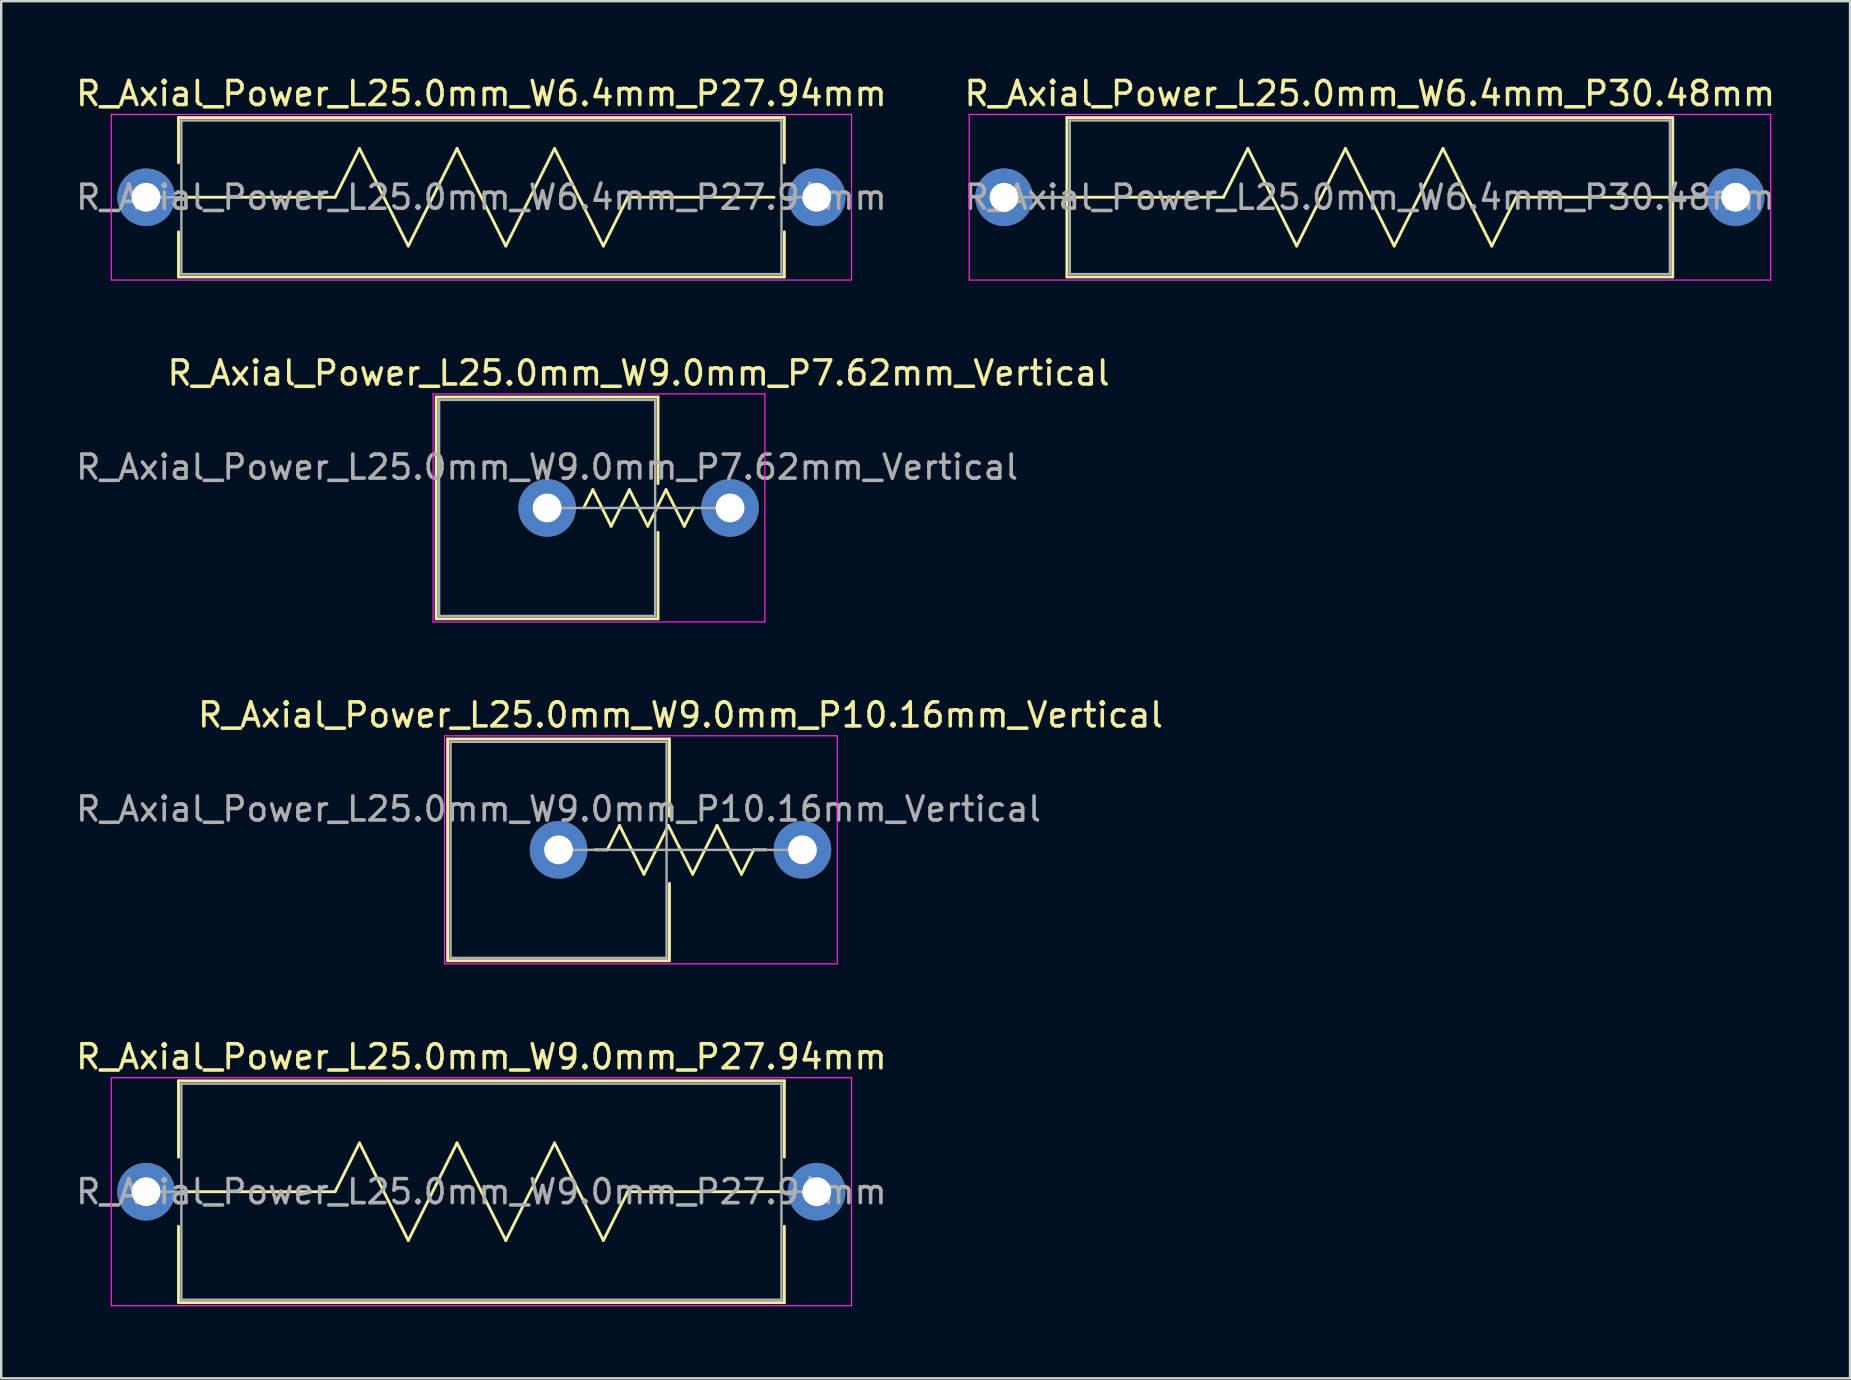
<source format=kicad_pcb>
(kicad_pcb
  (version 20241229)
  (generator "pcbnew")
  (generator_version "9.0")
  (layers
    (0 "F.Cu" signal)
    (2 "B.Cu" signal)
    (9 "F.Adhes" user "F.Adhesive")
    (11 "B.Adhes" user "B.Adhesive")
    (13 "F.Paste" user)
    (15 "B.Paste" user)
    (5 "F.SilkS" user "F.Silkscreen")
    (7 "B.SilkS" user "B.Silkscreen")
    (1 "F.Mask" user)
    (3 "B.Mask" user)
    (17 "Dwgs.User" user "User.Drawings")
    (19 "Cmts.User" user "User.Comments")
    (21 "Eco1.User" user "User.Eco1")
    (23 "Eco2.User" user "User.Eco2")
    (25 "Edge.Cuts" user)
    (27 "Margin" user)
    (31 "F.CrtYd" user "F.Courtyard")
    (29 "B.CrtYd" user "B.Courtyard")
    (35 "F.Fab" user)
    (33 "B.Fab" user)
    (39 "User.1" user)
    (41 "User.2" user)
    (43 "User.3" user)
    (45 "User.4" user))
  (footprint "R_Axial_Power_L25.0mm_W9.0mm_P7.62mm_Vertical"
    (layer "F.Cu")
    (at 19.744 18.111)
    (property "Reference" "R_Axial_Power_L25.0mm_W9.0mm_P7.62mm_Vertical" (at 3.81 -5.62 0) (layer "F.SilkS") (effects (font (size 1 1) (thickness 0.15))))
    (attr through_hole)
    (fp_line (start -4.62 -4.62) (end -4.62 4.62) (stroke (width 0.12) (type solid)) (layer "F.SilkS"))
    (fp_line (start -4.62 4.62) (end 4.62 4.62) (stroke (width 0.12) (type solid)) (layer "F.SilkS"))
    (fp_line (start 1.524 0) (end 1.905 -0.762) (stroke (width 0.12) (type solid)) (layer "F.SilkS"))
    (fp_line (start 1.905 -0.762) (end 2.667 0.762) (stroke (width 0.12) (type solid)) (layer "F.SilkS"))
    (fp_line (start 2.667 0.762) (end 3.429 -0.762) (stroke (width 0.12) (type solid)) (layer "F.SilkS"))
    (fp_line (start 3.429 -0.762) (end 4.191 0.762) (stroke (width 0.12) (type solid)) (layer "F.SilkS"))
    (fp_line (start 4.191 0.762) (end 4.953 -0.762) (stroke (width 0.12) (type solid)) (layer "F.SilkS"))
    (fp_line (start 4.62 -4.62) (end -4.62 -4.62) (stroke (width 0.12) (type solid)) (layer "F.SilkS"))
    (fp_line (start 4.62 -1.016) (end 4.62 -4.62) (stroke (width 0.12) (type solid)) (layer "F.SilkS"))
    (fp_line (start 4.62 4.62) (end 4.62 1.016) (stroke (width 0.12) (type solid)) (layer "F.SilkS"))
    (fp_line (start 4.953 -0.762) (end 5.715 0.762) (stroke (width 0.12) (type solid)) (layer "F.SilkS"))
    (fp_line (start 5.715 0.762) (end 6.096 0) (stroke (width 0.12) (type solid)) (layer "F.SilkS"))
    (fp_line (start -4.75 -4.75) (end -4.75 4.75) (stroke (width 0.05) (type solid)) (layer "F.CrtYd"))
    (fp_line (start -4.75 4.75) (end 9.07 4.75) (stroke (width 0.05) (type solid)) (layer "F.CrtYd"))
    (fp_line (start 9.07 -4.75) (end -4.75 -4.75) (stroke (width 0.05) (type solid)) (layer "F.CrtYd"))
    (fp_line (start 9.07 4.75) (end 9.07 -4.75) (stroke (width 0.05) (type solid)) (layer "F.CrtYd"))
    (fp_line (start -4.5 -4.5) (end -4.5 4.5) (stroke (width 0.1) (type solid)) (layer "F.Fab"))
    (fp_line (start -4.5 4.5) (end 4.5 4.5) (stroke (width 0.1) (type solid)) (layer "F.Fab"))
    (fp_line (start 0 0) (end 7.62 0) (stroke (width 0.1) (type solid)) (layer "F.Fab"))
    (fp_line (start 4.5 -4.5) (end -4.5 -4.5) (stroke (width 0.1) (type solid)) (layer "F.Fab"))
    (fp_line (start 4.5 4.5) (end 4.5 -4.5) (stroke (width 0.1) (type solid)) (layer "F.Fab"))
    (fp_text user "${REFERENCE}" (at 0 -1.7 0) (layer "F.Fab") (effects (font (size 1 1) (thickness 0.15))))
    (pad "1" thru_hole circle (at 0 0) (size 2.4 2.4) (drill 1.2) (layers "*.Cu" "*.Mask"))
    (pad "2" thru_hole oval (at 7.62 0) (size 2.4 2.4) (drill 1.2) (layers "*.Cu" "*.Mask")))
  (footprint "R_Axial_Power_L25.0mm_W9.0mm_P10.16mm_Vertical"
    (layer "F.Cu")
    (at 20.22 32.355)
    (property "Reference" "R_Axial_Power_L25.0mm_W9.0mm_P10.16mm_Vertical" (at 5.08 -5.62 0) (layer "F.SilkS") (effects (font (size 1 1) (thickness 0.15))))
    (attr through_hole)
    (fp_line (start -4.62 -4.62) (end -4.62 4.62) (stroke (width 0.12) (type solid)) (layer "F.SilkS"))
    (fp_line (start -4.62 4.62) (end 4.62 4.62) (stroke (width 0.12) (type solid)) (layer "F.SilkS"))
    (fp_line (start 2.032 0) (end 1.524 0) (stroke (width 0.12) (type solid)) (layer "F.SilkS"))
    (fp_line (start 2.032 0) (end 2.54 -1.016) (stroke (width 0.12) (type solid)) (layer "F.SilkS"))
    (fp_line (start 2.54 -1.016) (end 3.556 1.016) (stroke (width 0.12) (type solid)) (layer "F.SilkS"))
    (fp_line (start 3.556 1.016) (end 4.572 -1.016) (stroke (width 0.12) (type solid)) (layer "F.SilkS"))
    (fp_line (start 4.572 -1.016) (end 5.588 1.016) (stroke (width 0.12) (type solid)) (layer "F.SilkS"))
    (fp_line (start 4.62 -4.62) (end -4.62 -4.62) (stroke (width 0.12) (type solid)) (layer "F.SilkS"))
    (fp_line (start 4.62 -1.397) (end 4.62 -4.62) (stroke (width 0.12) (type solid)) (layer "F.SilkS"))
    (fp_line (start 4.62 1.397) (end 4.62 4.62) (stroke (width 0.12) (type solid)) (layer "F.SilkS"))
    (fp_line (start 5.588 1.016) (end 6.604 -1.016) (stroke (width 0.12) (type solid)) (layer "F.SilkS"))
    (fp_line (start 6.604 -1.016) (end 7.62 1.016) (stroke (width 0.12) (type solid)) (layer "F.SilkS"))
    (fp_line (start 7.62 1.016) (end 8.128 0) (stroke (width 0.12) (type solid)) (layer "F.SilkS"))
    (fp_line (start 8.128 0) (end 8.636 0) (stroke (width 0.12) (type solid)) (layer "F.SilkS"))
    (fp_line (start -4.75 -4.75) (end -4.75 4.75) (stroke (width 0.05) (type solid)) (layer "F.CrtYd"))
    (fp_line (start -4.75 4.75) (end 11.61 4.75) (stroke (width 0.05) (type solid)) (layer "F.CrtYd"))
    (fp_line (start 11.61 -4.75) (end -4.75 -4.75) (stroke (width 0.05) (type solid)) (layer "F.CrtYd"))
    (fp_line (start 11.61 4.75) (end 11.61 -4.75) (stroke (width 0.05) (type solid)) (layer "F.CrtYd"))
    (fp_line (start -4.5 -4.5) (end -4.5 4.5) (stroke (width 0.1) (type solid)) (layer "F.Fab"))
    (fp_line (start -4.5 4.5) (end 4.5 4.5) (stroke (width 0.1) (type solid)) (layer "F.Fab"))
    (fp_line (start 0 0) (end 10.16 0) (stroke (width 0.1) (type solid)) (layer "F.Fab"))
    (fp_line (start 4.5 -4.5) (end -4.5 -4.5) (stroke (width 0.1) (type solid)) (layer "F.Fab"))
    (fp_line (start 4.5 4.5) (end 4.5 -4.5) (stroke (width 0.1) (type solid)) (layer "F.Fab"))
    (fp_text user "${REFERENCE}" (at 0 -1.7 0) (layer "F.Fab") (effects (font (size 1 1) (thickness 0.15))))
    (pad "1" thru_hole circle (at 0 0) (size 2.4 2.4) (drill 1.2) (layers "*.Cu" "*.Mask"))
    (pad "2" thru_hole oval (at 10.16 0) (size 2.4 2.4) (drill 1.2) (layers "*.Cu" "*.Mask")))
  (footprint "R_Axial_Power_L25.0mm_W9.0mm_P27.94mm"
    (layer "F.Cu")
    (at 3.036 46.598)
    (property "Reference" "R_Axial_Power_L25.0mm_W9.0mm_P27.94mm" (at 13.97 -5.62 0) (layer "F.SilkS") (effects (font (size 1 1) (thickness 0.15))))
    (attr through_hole)
    (fp_line (start 1.35 -4.62) (end 26.59 -4.62) (stroke (width 0.12) (type solid)) (layer "F.SilkS"))
    (fp_line (start 1.35 -1.44) (end 1.35 -4.62) (stroke (width 0.12) (type solid)) (layer "F.SilkS"))
    (fp_line (start 1.35 1.44) (end 1.35 4.62) (stroke (width 0.12) (type solid)) (layer "F.SilkS"))
    (fp_line (start 1.35 4.62) (end 26.59 4.62) (stroke (width 0.12) (type solid)) (layer "F.SilkS"))
    (fp_line (start 1.524 0) (end 7.874 0) (stroke (width 0.12) (type solid)) (layer "F.SilkS"))
    (fp_line (start 7.874 0) (end 8.89 -2.032) (stroke (width 0.12) (type solid)) (layer "F.SilkS"))
    (fp_line (start 8.89 -2.032) (end 10.922 2.032) (stroke (width 0.12) (type solid)) (layer "F.SilkS"))
    (fp_line (start 10.922 2.032) (end 12.954 -2.032) (stroke (width 0.12) (type solid)) (layer "F.SilkS"))
    (fp_line (start 12.954 -2.032) (end 14.986 2.032) (stroke (width 0.12) (type solid)) (layer "F.SilkS"))
    (fp_line (start 14.986 2.032) (end 17.018 -2.032) (stroke (width 0.12) (type solid)) (layer "F.SilkS"))
    (fp_line (start 17.018 -2.032) (end 19.05 2.032) (stroke (width 0.12) (type solid)) (layer "F.SilkS"))
    (fp_line (start 19.05 2.032) (end 20.066 0) (stroke (width 0.12) (type solid)) (layer "F.SilkS"))
    (fp_line (start 26.416 0) (end 20.066 0) (stroke (width 0.12) (type solid)) (layer "F.SilkS"))
    (fp_line (start 26.59 -4.62) (end 26.59 -1.44) (stroke (width 0.12) (type solid)) (layer "F.SilkS"))
    (fp_line (start 26.59 4.62) (end 26.59 1.44) (stroke (width 0.12) (type solid)) (layer "F.SilkS"))
    (fp_line (start -1.45 -4.75) (end -1.45 4.75) (stroke (width 0.05) (type solid)) (layer "F.CrtYd"))
    (fp_line (start -1.45 4.75) (end 29.39 4.75) (stroke (width 0.05) (type solid)) (layer "F.CrtYd"))
    (fp_line (start 29.39 -4.75) (end -1.45 -4.75) (stroke (width 0.05) (type solid)) (layer "F.CrtYd"))
    (fp_line (start 29.39 4.75) (end 29.39 -4.75) (stroke (width 0.05) (type solid)) (layer "F.CrtYd"))
    (fp_line (start 0 0) (end 1.47 0) (stroke (width 0.1) (type solid)) (layer "F.Fab"))
    (fp_line (start 1.47 -4.5) (end 1.47 4.5) (stroke (width 0.1) (type solid)) (layer "F.Fab"))
    (fp_line (start 1.47 4.5) (end 26.47 4.5) (stroke (width 0.1) (type solid)) (layer "F.Fab"))
    (fp_line (start 26.47 -4.5) (end 1.47 -4.5) (stroke (width 0.1) (type solid)) (layer "F.Fab"))
    (fp_line (start 26.47 4.5) (end 26.47 -4.5) (stroke (width 0.1) (type solid)) (layer "F.Fab"))
    (fp_line (start 27.94 0) (end 26.47 0) (stroke (width 0.1) (type solid)) (layer "F.Fab"))
    (fp_text user "${REFERENCE}" (at 13.97 0 0) (layer "F.Fab") (effects (font (size 1 1) (thickness 0.15))))
    (pad "1" thru_hole circle (at 0 0) (size 2.4 2.4) (drill 1.2) (layers "*.Cu" "*.Mask"))
    (pad "2" thru_hole oval (at 27.94 0) (size 2.4 2.4) (drill 1.2) (layers "*.Cu" "*.Mask")))
  (footprint "R_Axial_Power_L25.0mm_W6.4mm_P30.48mm"
    (layer "F.Cu")
    (at 38.778 5.168)
    (property "Reference" "R_Axial_Power_L25.0mm_W6.4mm_P30.48mm" (at 15.24 -4.32 0) (layer "F.SilkS") (effects (font (size 1 1) (thickness 0.15))))
    (attr through_hole)
    (fp_line (start 1.44 0) (end 2.62 0) (stroke (width 0.12) (type solid)) (layer "F.SilkS"))
    (fp_line (start 2.62 -3.32) (end 2.62 3.32) (stroke (width 0.12) (type solid)) (layer "F.SilkS"))
    (fp_line (start 2.62 0) (end 9.144 0) (stroke (width 0.12) (type solid)) (layer "F.SilkS"))
    (fp_line (start 2.62 3.32) (end 27.86 3.32) (stroke (width 0.12) (type solid)) (layer "F.SilkS"))
    (fp_line (start 9.144 0) (end 10.16 -2.032) (stroke (width 0.12) (type solid)) (layer "F.SilkS"))
    (fp_line (start 10.16 -2.032) (end 12.192 2.032) (stroke (width 0.12) (type solid)) (layer "F.SilkS"))
    (fp_line (start 12.192 2.032) (end 14.224 -2.032) (stroke (width 0.12) (type solid)) (layer "F.SilkS"))
    (fp_line (start 14.224 -2.032) (end 16.256 2.032) (stroke (width 0.12) (type solid)) (layer "F.SilkS"))
    (fp_line (start 16.256 2.032) (end 18.288 -2.032) (stroke (width 0.12) (type solid)) (layer "F.SilkS"))
    (fp_line (start 18.288 -2.032) (end 20.32 2.032) (stroke (width 0.12) (type solid)) (layer "F.SilkS"))
    (fp_line (start 20.32 2.032) (end 21.336 0) (stroke (width 0.12) (type solid)) (layer "F.SilkS"))
    (fp_line (start 27.86 -3.32) (end 2.62 -3.32) (stroke (width 0.12) (type solid)) (layer "F.SilkS"))
    (fp_line (start 27.86 0) (end 21.336 0) (stroke (width 0.12) (type solid)) (layer "F.SilkS"))
    (fp_line (start 27.86 3.32) (end 27.86 -3.32) (stroke (width 0.12) (type solid)) (layer "F.SilkS"))
    (fp_line (start 29.04 0) (end 27.86 0) (stroke (width 0.12) (type solid)) (layer "F.SilkS"))
    (fp_line (start -1.45 -3.45) (end -1.45 3.45) (stroke (width 0.05) (type solid)) (layer "F.CrtYd"))
    (fp_line (start -1.45 3.45) (end 31.94 3.45) (stroke (width 0.05) (type solid)) (layer "F.CrtYd"))
    (fp_line (start 31.94 -3.45) (end -1.45 -3.45) (stroke (width 0.05) (type solid)) (layer "F.CrtYd"))
    (fp_line (start 31.94 3.45) (end 31.94 -3.45) (stroke (width 0.05) (type solid)) (layer "F.CrtYd"))
    (fp_line (start 0 0) (end 2.74 0) (stroke (width 0.1) (type solid)) (layer "F.Fab"))
    (fp_line (start 2.74 -3.2) (end 2.74 3.2) (stroke (width 0.1) (type solid)) (layer "F.Fab"))
    (fp_line (start 2.74 3.2) (end 27.74 3.2) (stroke (width 0.1) (type solid)) (layer "F.Fab"))
    (fp_line (start 27.74 -3.2) (end 2.74 -3.2) (stroke (width 0.1) (type solid)) (layer "F.Fab"))
    (fp_line (start 27.74 3.2) (end 27.74 -3.2) (stroke (width 0.1) (type solid)) (layer "F.Fab"))
    (fp_line (start 30.48 0) (end 27.74 0) (stroke (width 0.1) (type solid)) (layer "F.Fab"))
    (fp_text user "${REFERENCE}" (at 15.24 0 0) (layer "F.Fab") (effects (font (size 1 1) (thickness 0.15))))
    (pad "1" thru_hole circle (at 0 0) (size 2.4 2.4) (drill 1.2) (layers "*.Cu" "*.Mask"))
    (pad "2" thru_hole oval (at 30.48 0) (size 2.4 2.4) (drill 1.2) (layers "*.Cu" "*.Mask")))
  (footprint "R_Axial_Power_L25.0mm_W6.4mm_P27.94mm"
    (layer "F.Cu")
    (at 3.036 5.168)
    (property "Reference" "R_Axial_Power_L25.0mm_W6.4mm_P27.94mm" (at 13.97 -4.32 0) (layer "F.SilkS") (effects (font (size 1 1) (thickness 0.15))))
    (attr through_hole)
    (fp_line (start 1.35 -3.32) (end 26.59 -3.32) (stroke (width 0.12) (type solid)) (layer "F.SilkS"))
    (fp_line (start 1.35 -1.44) (end 1.35 -3.32) (stroke (width 0.12) (type solid)) (layer "F.SilkS"))
    (fp_line (start 1.35 1.44) (end 1.35 3.32) (stroke (width 0.12) (type solid)) (layer "F.SilkS"))
    (fp_line (start 1.35 3.32) (end 26.59 3.32) (stroke (width 0.12) (type solid)) (layer "F.SilkS"))
    (fp_line (start 1.778 0) (end 7.874 0) (stroke (width 0.12) (type solid)) (layer "F.SilkS"))
    (fp_line (start 7.874 0) (end 8.89 -2.032) (stroke (width 0.12) (type solid)) (layer "F.SilkS"))
    (fp_line (start 8.89 -2.032) (end 10.922 2.032) (stroke (width 0.12) (type solid)) (layer "F.SilkS"))
    (fp_line (start 10.922 2.032) (end 12.954 -2.032) (stroke (width 0.12) (type solid)) (layer "F.SilkS"))
    (fp_line (start 12.954 -2.032) (end 14.986 2.032) (stroke (width 0.12) (type solid)) (layer "F.SilkS"))
    (fp_line (start 14.986 2.032) (end 17.018 -2.032) (stroke (width 0.12) (type solid)) (layer "F.SilkS"))
    (fp_line (start 17.018 -2.032) (end 19.05 2.032) (stroke (width 0.12) (type solid)) (layer "F.SilkS"))
    (fp_line (start 19.05 2.032) (end 20.066 0) (stroke (width 0.12) (type solid)) (layer "F.SilkS"))
    (fp_line (start 26.162 0) (end 20.066 0) (stroke (width 0.12) (type solid)) (layer "F.SilkS"))
    (fp_line (start 26.59 -3.32) (end 26.59 -1.44) (stroke (width 0.12) (type solid)) (layer "F.SilkS"))
    (fp_line (start 26.59 3.32) (end 26.59 1.44) (stroke (width 0.12) (type solid)) (layer "F.SilkS"))
    (fp_line (start -1.45 -3.45) (end -1.45 3.45) (stroke (width 0.05) (type solid)) (layer "F.CrtYd"))
    (fp_line (start -1.45 3.45) (end 29.39 3.45) (stroke (width 0.05) (type solid)) (layer "F.CrtYd"))
    (fp_line (start 29.39 -3.45) (end -1.45 -3.45) (stroke (width 0.05) (type solid)) (layer "F.CrtYd"))
    (fp_line (start 29.39 3.45) (end 29.39 -3.45) (stroke (width 0.05) (type solid)) (layer "F.CrtYd"))
    (fp_line (start 0 0) (end 1.47 0) (stroke (width 0.1) (type solid)) (layer "F.Fab"))
    (fp_line (start 1.47 -3.2) (end 1.47 3.2) (stroke (width 0.1) (type solid)) (layer "F.Fab"))
    (fp_line (start 1.47 3.2) (end 26.47 3.2) (stroke (width 0.1) (type solid)) (layer "F.Fab"))
    (fp_line (start 26.47 -3.2) (end 1.47 -3.2) (stroke (width 0.1) (type solid)) (layer "F.Fab"))
    (fp_line (start 26.47 3.2) (end 26.47 -3.2) (stroke (width 0.1) (type solid)) (layer "F.Fab"))
    (fp_line (start 27.94 0) (end 26.47 0) (stroke (width 0.1) (type solid)) (layer "F.Fab"))
    (fp_text user "${REFERENCE}" (at 13.97 0 0) (layer "F.Fab") (effects (font (size 1 1) (thickness 0.15))))
    (pad "1" thru_hole circle (at 0 0) (size 2.4 2.4) (drill 1.2) (layers "*.Cu" "*.Mask"))
    (pad "2" thru_hole oval (at 27.94 0) (size 2.4 2.4) (drill 1.2) (layers "*.Cu" "*.Mask")))
  (gr_rect
    (start -3 -3)
    (end 74.024 54.373)
    (stroke (width 0.1) (type default))
    (fill no)
    (layer "Edge.Cuts")))
</source>
